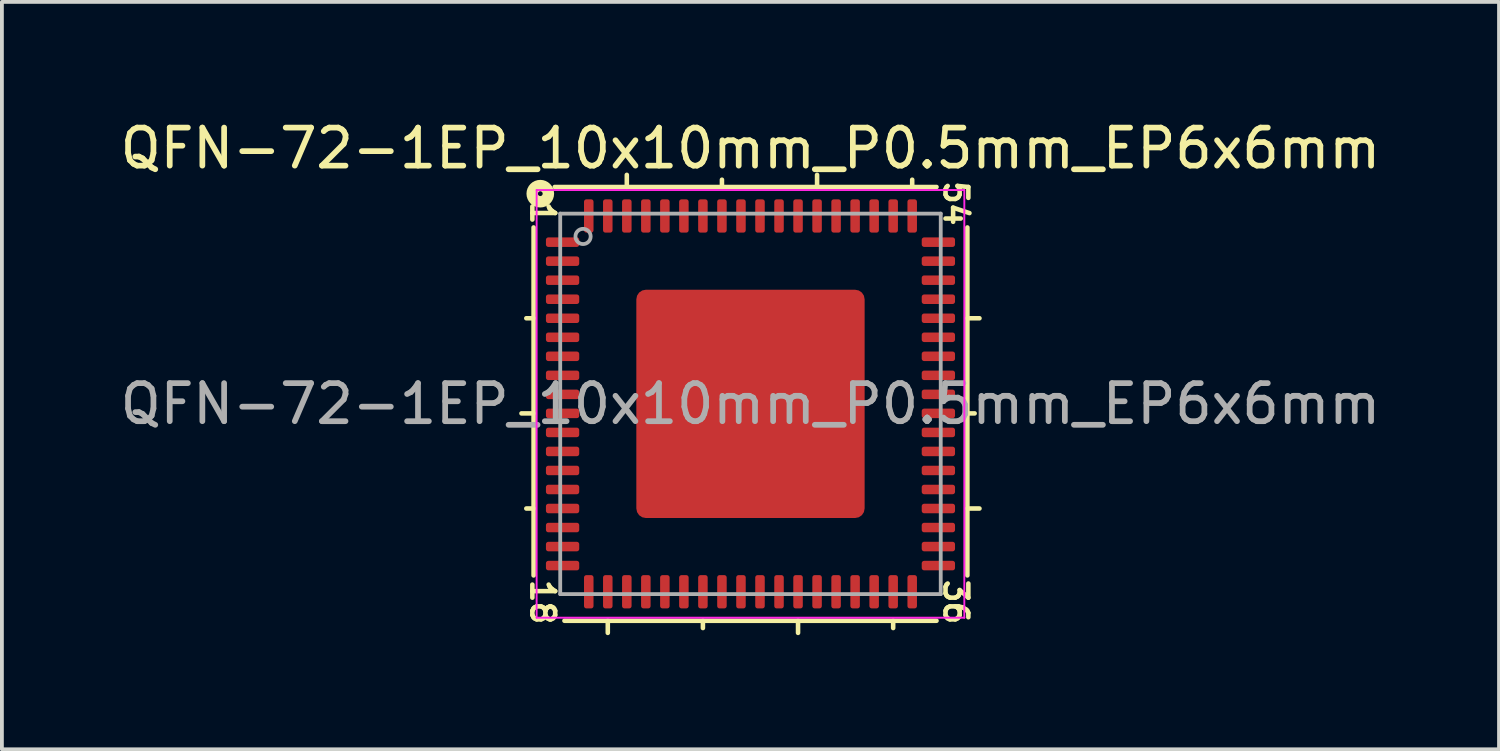
<source format=kicad_pcb>
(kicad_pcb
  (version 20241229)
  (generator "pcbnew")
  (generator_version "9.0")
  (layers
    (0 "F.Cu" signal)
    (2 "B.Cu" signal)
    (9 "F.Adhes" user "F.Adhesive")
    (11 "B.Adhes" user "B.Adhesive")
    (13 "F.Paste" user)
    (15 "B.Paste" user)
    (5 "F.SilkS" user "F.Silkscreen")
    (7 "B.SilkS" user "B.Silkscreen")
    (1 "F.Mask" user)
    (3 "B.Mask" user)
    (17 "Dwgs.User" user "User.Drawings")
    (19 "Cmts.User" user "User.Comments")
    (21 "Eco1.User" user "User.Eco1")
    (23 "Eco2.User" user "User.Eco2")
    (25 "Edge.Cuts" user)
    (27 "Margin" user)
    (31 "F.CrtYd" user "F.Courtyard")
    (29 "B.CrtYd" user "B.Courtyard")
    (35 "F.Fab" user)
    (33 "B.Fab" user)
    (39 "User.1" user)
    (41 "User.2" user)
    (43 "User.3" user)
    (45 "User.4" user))
  (footprint "QFN-72-1EP_10x10mm_P0.5mm_EP6x6mm"
    (layer "F.Cu")
    (at 16.673 7.564)
    (property "Reference" "QFN-72-1EP_10x10mm_P0.5mm_EP6x6mm" (at 0 -6.716 0) (layer "F.SilkS") (effects (font (size 1 1) (thickness 0.15))))
    (attr smd)
    (fp_line (start -5.7 -4.636) (end -5.7 4.508) (stroke (width 0.12) (type solid)) (layer "F.SilkS"))
    (fp_line (start -5.7 -2.25) (end -5.891 -2.25) (stroke (width 0.12) (type solid)) (layer "F.SilkS"))
    (fp_line (start -5.7 0.25) (end -6.018 0.25) (stroke (width 0.12) (type solid)) (layer "F.SilkS"))
    (fp_line (start -5.7 2.75) (end -5.891 2.75) (stroke (width 0.12) (type solid)) (layer "F.SilkS"))
    (fp_line (start -4.889 5.7) (end 4.889 5.7) (stroke (width 0.12) (type solid)) (layer "F.SilkS"))
    (fp_line (start -3.75 5.7) (end -3.75 6.018) (stroke (width 0.12) (type solid)) (layer "F.SilkS"))
    (fp_line (start -3.25 -5.7) (end -3.25 -6.018) (stroke (width 0.12) (type solid)) (layer "F.SilkS"))
    (fp_line (start -1.25 5.7) (end -1.25 5.891) (stroke (width 0.12) (type solid)) (layer "F.SilkS"))
    (fp_line (start -0.75 -5.7) (end -0.75 -5.891) (stroke (width 0.12) (type solid)) (layer "F.SilkS"))
    (fp_line (start 1.25 5.7) (end 1.25 6.018) (stroke (width 0.12) (type solid)) (layer "F.SilkS"))
    (fp_line (start 1.75 -5.7) (end 1.75 -6.018) (stroke (width 0.12) (type solid)) (layer "F.SilkS"))
    (fp_line (start 3.75 5.7) (end 3.75 5.891) (stroke (width 0.12) (type solid)) (layer "F.SilkS"))
    (fp_line (start 4.25 -5.7) (end 4.25 -5.891) (stroke (width 0.12) (type solid)) (layer "F.SilkS"))
    (fp_line (start 4.889 -5.7) (end -5.144 -5.7) (stroke (width 0.12) (type solid)) (layer "F.SilkS"))
    (fp_line (start 5.7 -2.25) (end 6.018 -2.25) (stroke (width 0.12) (type solid)) (layer "F.SilkS"))
    (fp_line (start 5.7 0.25) (end 5.891 0.25) (stroke (width 0.12) (type solid)) (layer "F.SilkS"))
    (fp_line (start 5.7 2.75) (end 6.018 2.75) (stroke (width 0.12) (type solid)) (layer "F.SilkS"))
    (fp_line (start 5.7 4.508) (end 5.7 -4.636) (stroke (width 0.12) (type solid)) (layer "F.SilkS"))
    (fp_circle (center -5.524 -5.524) (end -5.461 -5.524) (stroke (width 0.3) (type solid)) (fill no) (layer "F.SilkS"))
    (fp_line (start -5.62 -5.62) (end -5.62 5.62) (stroke (width 0.05) (type solid)) (layer "F.CrtYd"))
    (fp_line (start -5.62 5.62) (end 5.62 5.62) (stroke (width 0.05) (type solid)) (layer "F.CrtYd"))
    (fp_line (start 5.62 -5.62) (end -5.62 -5.62) (stroke (width 0.05) (type solid)) (layer "F.CrtYd"))
    (fp_line (start 5.62 5.62) (end 5.62 -5.62) (stroke (width 0.05) (type solid)) (layer "F.CrtYd"))
    (fp_line (start -5 -5) (end 5 -5) (stroke (width 0.1) (type solid)) (layer "F.Fab"))
    (fp_line (start -5 5) (end -5 -5) (stroke (width 0.1) (type solid)) (layer "F.Fab"))
    (fp_line (start 5 -5) (end 5 5) (stroke (width 0.1) (type solid)) (layer "F.Fab"))
    (fp_line (start 5 5) (end -5 5) (stroke (width 0.1) (type solid)) (layer "F.Fab"))
    (fp_circle (center -4.4 -4.4) (end -4.2 -4.4) (stroke (width 0.1) (type solid)) (fill no) (layer "F.Fab"))
    (fp_text user "36" (at 5.397 5.207 270) (unlocked yes) (layer "F.SilkS") (effects (font (size 0.6 0.6) (thickness 0.12))))
    (fp_text user "54" (at 5.397 -5.271 270) (unlocked yes) (layer "F.SilkS") (effects (font (size 0.6 0.6) (thickness 0.12))))
    (fp_text user "18" (at -5.461 5.207 270) (unlocked yes) (layer "F.SilkS") (effects (font (size 0.6 0.6) (thickness 0.12))))
    (fp_text user "1" (at -5.461 -5.016 270) (unlocked yes) (layer "F.SilkS") (effects (font (size 0.6 0.6) (thickness 0.12))))
    (fp_text user "${REFERENCE}" (at 0 0 0) (layer "F.Fab") (effects (font (size 1 1) (thickness 0.15))))
    (pad "" smd roundrect (at -2 -2) (size 1.61 1.61) (layers "F.Paste") (roundrect_rratio 0.155))
    (pad "" smd roundrect (at -2 0) (size 1.61 1.61) (layers "F.Paste") (roundrect_rratio 0.155))
    (pad "" smd roundrect (at -2 2) (size 1.61 1.61) (layers "F.Paste") (roundrect_rratio 0.155))
    (pad "" smd roundrect (at 0 -2) (size 1.61 1.61) (layers "F.Paste") (roundrect_rratio 0.155))
    (pad "" smd roundrect (at 0 0) (size 1.61 1.61) (layers "F.Paste") (roundrect_rratio 0.155))
    (pad "" smd roundrect (at 0 2) (size 1.61 1.61) (layers "F.Paste") (roundrect_rratio 0.155))
    (pad "" smd roundrect (at 2 -2) (size 1.61 1.61) (layers "F.Paste") (roundrect_rratio 0.155))
    (pad "" smd roundrect (at 2 0) (size 1.61 1.61) (layers "F.Paste") (roundrect_rratio 0.155))
    (pad "" smd roundrect (at 2 2) (size 1.61 1.61) (layers "F.Paste") (roundrect_rratio 0.155))
    (pad "1" smd roundrect (at -4.938 -4.25) (size 0.875 0.25) (layers "F.Cu" "F.Mask" "F.Paste") (roundrect_rratio 0.25))
    (pad "2" smd roundrect (at -4.938 -3.75) (size 0.875 0.25) (layers "F.Cu" "F.Mask" "F.Paste") (roundrect_rratio 0.25))
    (pad "3" smd roundrect (at -4.938 -3.25) (size 0.875 0.25) (layers "F.Cu" "F.Mask" "F.Paste") (roundrect_rratio 0.25))
    (pad "4" smd roundrect (at -4.938 -2.75) (size 0.875 0.25) (layers "F.Cu" "F.Mask" "F.Paste") (roundrect_rratio 0.25))
    (pad "5" smd roundrect (at -4.938 -2.25) (size 0.875 0.25) (layers "F.Cu" "F.Mask" "F.Paste") (roundrect_rratio 0.25))
    (pad "6" smd roundrect (at -4.938 -1.75) (size 0.875 0.25) (layers "F.Cu" "F.Mask" "F.Paste") (roundrect_rratio 0.25))
    (pad "7" smd roundrect (at -4.938 -1.25) (size 0.875 0.25) (layers "F.Cu" "F.Mask" "F.Paste") (roundrect_rratio 0.25))
    (pad "8" smd roundrect (at -4.938 -0.75) (size 0.875 0.25) (layers "F.Cu" "F.Mask" "F.Paste") (roundrect_rratio 0.25))
    (pad "9" smd roundrect (at -4.938 -0.25) (size 0.875 0.25) (layers "F.Cu" "F.Mask" "F.Paste") (roundrect_rratio 0.25))
    (pad "10" smd roundrect (at -4.938 0.25) (size 0.875 0.25) (layers "F.Cu" "F.Mask" "F.Paste") (roundrect_rratio 0.25))
    (pad "11" smd roundrect (at -4.938 0.75) (size 0.875 0.25) (layers "F.Cu" "F.Mask" "F.Paste") (roundrect_rratio 0.25))
    (pad "12" smd roundrect (at -4.938 1.25) (size 0.875 0.25) (layers "F.Cu" "F.Mask" "F.Paste") (roundrect_rratio 0.25))
    (pad "13" smd roundrect (at -4.938 1.75) (size 0.875 0.25) (layers "F.Cu" "F.Mask" "F.Paste") (roundrect_rratio 0.25))
    (pad "14" smd roundrect (at -4.938 2.25) (size 0.875 0.25) (layers "F.Cu" "F.Mask" "F.Paste") (roundrect_rratio 0.25))
    (pad "15" smd roundrect (at -4.938 2.75) (size 0.875 0.25) (layers "F.Cu" "F.Mask" "F.Paste") (roundrect_rratio 0.25))
    (pad "16" smd roundrect (at -4.938 3.25) (size 0.875 0.25) (layers "F.Cu" "F.Mask" "F.Paste") (roundrect_rratio 0.25))
    (pad "17" smd roundrect (at -4.938 3.75) (size 0.875 0.25) (layers "F.Cu" "F.Mask" "F.Paste") (roundrect_rratio 0.25))
    (pad "18" smd roundrect (at -4.938 4.25) (size 0.875 0.25) (layers "F.Cu" "F.Mask" "F.Paste") (roundrect_rratio 0.25))
    (pad "19" smd roundrect (at -4.25 4.938) (size 0.25 0.875) (layers "F.Cu" "F.Mask" "F.Paste") (roundrect_rratio 0.25))
    (pad "20" smd roundrect (at -3.75 4.938) (size 0.25 0.875) (layers "F.Cu" "F.Mask" "F.Paste") (roundrect_rratio 0.25))
    (pad "21" smd roundrect (at -3.25 4.938) (size 0.25 0.875) (layers "F.Cu" "F.Mask" "F.Paste") (roundrect_rratio 0.25))
    (pad "22" smd roundrect (at -2.75 4.938) (size 0.25 0.875) (layers "F.Cu" "F.Mask" "F.Paste") (roundrect_rratio 0.25))
    (pad "23" smd roundrect (at -2.25 4.938) (size 0.25 0.875) (layers "F.Cu" "F.Mask" "F.Paste") (roundrect_rratio 0.25))
    (pad "24" smd roundrect (at -1.75 4.938) (size 0.25 0.875) (layers "F.Cu" "F.Mask" "F.Paste") (roundrect_rratio 0.25))
    (pad "25" smd roundrect (at -1.25 4.938) (size 0.25 0.875) (layers "F.Cu" "F.Mask" "F.Paste") (roundrect_rratio 0.25))
    (pad "26" smd roundrect (at -0.75 4.938) (size 0.25 0.875) (layers "F.Cu" "F.Mask" "F.Paste") (roundrect_rratio 0.25))
    (pad "27" smd roundrect (at -0.25 4.938) (size 0.25 0.875) (layers "F.Cu" "F.Mask" "F.Paste") (roundrect_rratio 0.25))
    (pad "28" smd roundrect (at 0.25 4.938) (size 0.25 0.875) (layers "F.Cu" "F.Mask" "F.Paste") (roundrect_rratio 0.25))
    (pad "29" smd roundrect (at 0.75 4.938) (size 0.25 0.875) (layers "F.Cu" "F.Mask" "F.Paste") (roundrect_rratio 0.25))
    (pad "30" smd roundrect (at 1.25 4.938) (size 0.25 0.875) (layers "F.Cu" "F.Mask" "F.Paste") (roundrect_rratio 0.25))
    (pad "31" smd roundrect (at 1.75 4.938) (size 0.25 0.875) (layers "F.Cu" "F.Mask" "F.Paste") (roundrect_rratio 0.25))
    (pad "32" smd roundrect (at 2.25 4.938) (size 0.25 0.875) (layers "F.Cu" "F.Mask" "F.Paste") (roundrect_rratio 0.25))
    (pad "33" smd roundrect (at 2.75 4.938) (size 0.25 0.875) (layers "F.Cu" "F.Mask" "F.Paste") (roundrect_rratio 0.25))
    (pad "34" smd roundrect (at 3.25 4.938) (size 0.25 0.875) (layers "F.Cu" "F.Mask" "F.Paste") (roundrect_rratio 0.25))
    (pad "35" smd roundrect (at 3.75 4.938) (size 0.25 0.875) (layers "F.Cu" "F.Mask" "F.Paste") (roundrect_rratio 0.25))
    (pad "36" smd roundrect (at 4.25 4.938) (size 0.25 0.875) (layers "F.Cu" "F.Mask" "F.Paste") (roundrect_rratio 0.25))
    (pad "37" smd roundrect (at 4.938 4.25) (size 0.875 0.25) (layers "F.Cu" "F.Mask" "F.Paste") (roundrect_rratio 0.25))
    (pad "38" smd roundrect (at 4.938 3.75) (size 0.875 0.25) (layers "F.Cu" "F.Mask" "F.Paste") (roundrect_rratio 0.25))
    (pad "39" smd roundrect (at 4.938 3.25) (size 0.875 0.25) (layers "F.Cu" "F.Mask" "F.Paste") (roundrect_rratio 0.25))
    (pad "40" smd roundrect (at 4.938 2.75) (size 0.875 0.25) (layers "F.Cu" "F.Mask" "F.Paste") (roundrect_rratio 0.25))
    (pad "41" smd roundrect (at 4.938 2.25) (size 0.875 0.25) (layers "F.Cu" "F.Mask" "F.Paste") (roundrect_rratio 0.25))
    (pad "42" smd roundrect (at 4.938 1.75) (size 0.875 0.25) (layers "F.Cu" "F.Mask" "F.Paste") (roundrect_rratio 0.25))
    (pad "43" smd roundrect (at 4.938 1.25) (size 0.875 0.25) (layers "F.Cu" "F.Mask" "F.Paste") (roundrect_rratio 0.25))
    (pad "44" smd roundrect (at 4.938 0.75) (size 0.875 0.25) (layers "F.Cu" "F.Mask" "F.Paste") (roundrect_rratio 0.25))
    (pad "45" smd roundrect (at 4.938 0.25) (size 0.875 0.25) (layers "F.Cu" "F.Mask" "F.Paste") (roundrect_rratio 0.25))
    (pad "46" smd roundrect (at 4.938 -0.25) (size 0.875 0.25) (layers "F.Cu" "F.Mask" "F.Paste") (roundrect_rratio 0.25))
    (pad "47" smd roundrect (at 4.938 -0.75) (size 0.875 0.25) (layers "F.Cu" "F.Mask" "F.Paste") (roundrect_rratio 0.25))
    (pad "48" smd roundrect (at 4.938 -1.25) (size 0.875 0.25) (layers "F.Cu" "F.Mask" "F.Paste") (roundrect_rratio 0.25))
    (pad "49" smd roundrect (at 4.938 -1.75) (size 0.875 0.25) (layers "F.Cu" "F.Mask" "F.Paste") (roundrect_rratio 0.25))
    (pad "50" smd roundrect (at 4.938 -2.25) (size 0.875 0.25) (layers "F.Cu" "F.Mask" "F.Paste") (roundrect_rratio 0.25))
    (pad "51" smd roundrect (at 4.938 -2.75) (size 0.875 0.25) (layers "F.Cu" "F.Mask" "F.Paste") (roundrect_rratio 0.25))
    (pad "52" smd roundrect (at 4.938 -3.25) (size 0.875 0.25) (layers "F.Cu" "F.Mask" "F.Paste") (roundrect_rratio 0.25))
    (pad "53" smd roundrect (at 4.938 -3.75) (size 0.875 0.25) (layers "F.Cu" "F.Mask" "F.Paste") (roundrect_rratio 0.25))
    (pad "54" smd roundrect (at 4.938 -4.25) (size 0.875 0.25) (layers "F.Cu" "F.Mask" "F.Paste") (roundrect_rratio 0.25))
    (pad "55" smd roundrect (at 4.25 -4.938) (size 0.25 0.875) (layers "F.Cu" "F.Mask" "F.Paste") (roundrect_rratio 0.25))
    (pad "56" smd roundrect (at 3.75 -4.938) (size 0.25 0.875) (layers "F.Cu" "F.Mask" "F.Paste") (roundrect_rratio 0.25))
    (pad "57" smd roundrect (at 3.25 -4.938) (size 0.25 0.875) (layers "F.Cu" "F.Mask" "F.Paste") (roundrect_rratio 0.25))
    (pad "58" smd roundrect (at 2.75 -4.938) (size 0.25 0.875) (layers "F.Cu" "F.Mask" "F.Paste") (roundrect_rratio 0.25))
    (pad "59" smd roundrect (at 2.25 -4.938) (size 0.25 0.875) (layers "F.Cu" "F.Mask" "F.Paste") (roundrect_rratio 0.25))
    (pad "60" smd roundrect (at 1.75 -4.938) (size 0.25 0.875) (layers "F.Cu" "F.Mask" "F.Paste") (roundrect_rratio 0.25))
    (pad "61" smd roundrect (at 1.25 -4.938) (size 0.25 0.875) (layers "F.Cu" "F.Mask" "F.Paste") (roundrect_rratio 0.25))
    (pad "62" smd roundrect (at 0.75 -4.938) (size 0.25 0.875) (layers "F.Cu" "F.Mask" "F.Paste") (roundrect_rratio 0.25))
    (pad "63" smd roundrect (at 0.25 -4.938) (size 0.25 0.875) (layers "F.Cu" "F.Mask" "F.Paste") (roundrect_rratio 0.25))
    (pad "64" smd roundrect (at -0.25 -4.938) (size 0.25 0.875) (layers "F.Cu" "F.Mask" "F.Paste") (roundrect_rratio 0.25))
    (pad "65" smd roundrect (at -0.75 -4.938) (size 0.25 0.875) (layers "F.Cu" "F.Mask" "F.Paste") (roundrect_rratio 0.25))
    (pad "66" smd roundrect (at -1.25 -4.938) (size 0.25 0.875) (layers "F.Cu" "F.Mask" "F.Paste") (roundrect_rratio 0.25))
    (pad "67" smd roundrect (at -1.75 -4.938) (size 0.25 0.875) (layers "F.Cu" "F.Mask" "F.Paste") (roundrect_rratio 0.25))
    (pad "68" smd roundrect (at -2.25 -4.938) (size 0.25 0.875) (layers "F.Cu" "F.Mask" "F.Paste") (roundrect_rratio 0.25))
    (pad "69" smd roundrect (at -2.75 -4.938) (size 0.25 0.875) (layers "F.Cu" "F.Mask" "F.Paste") (roundrect_rratio 0.25))
    (pad "70" smd roundrect (at -3.25 -4.938) (size 0.25 0.875) (layers "F.Cu" "F.Mask" "F.Paste") (roundrect_rratio 0.25))
    (pad "71" smd roundrect (at -3.75 -4.938) (size 0.25 0.875) (layers "F.Cu" "F.Mask" "F.Paste") (roundrect_rratio 0.25))
    (pad "72" smd roundrect (at -4.25 -4.938) (size 0.25 0.875) (layers "F.Cu" "F.Mask" "F.Paste") (roundrect_rratio 0.25))
    (pad "73" smd roundrect (at 0 0) (size 6 6) (layers "F.Cu" "F.Mask") (roundrect_rratio 0.042)))
  (gr_rect
    (start -3 -3)
    (end 36.345 16.642)
    (stroke (width 0.1) (type default))
    (fill no)
    (layer "Edge.Cuts")))
</source>
